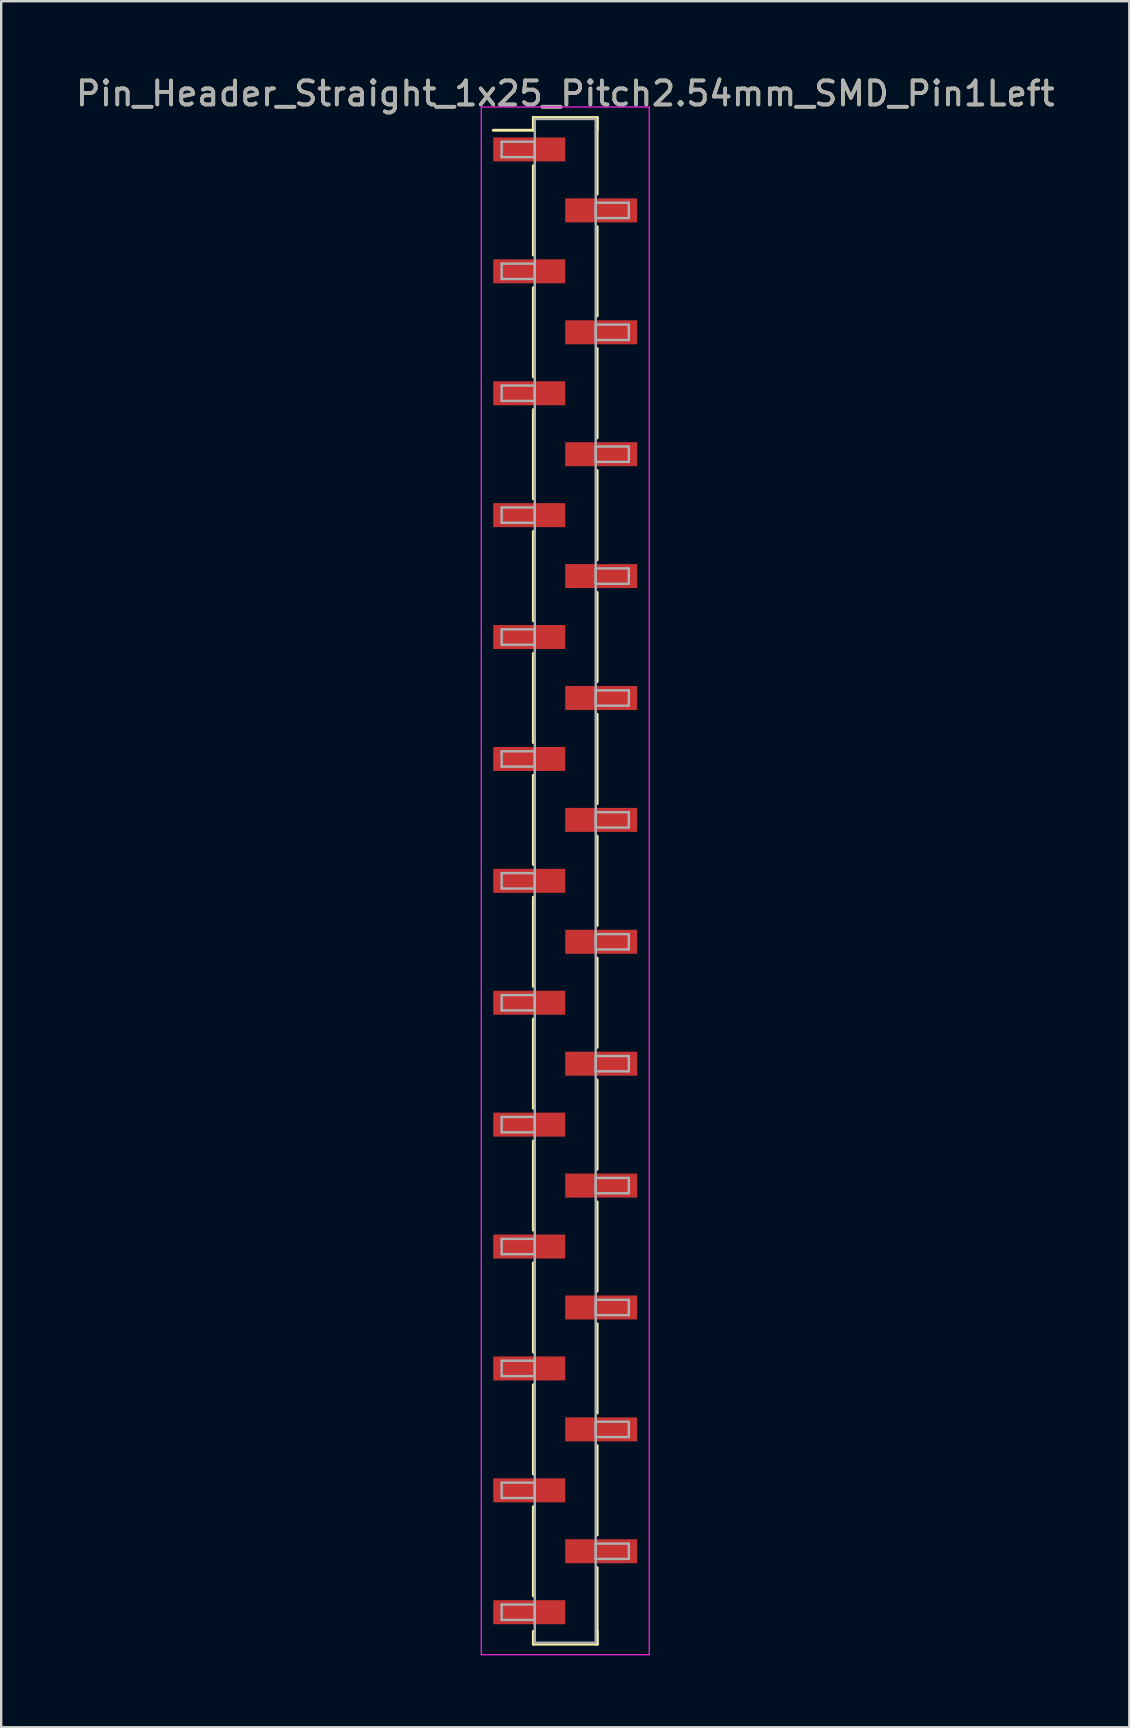
<source format=kicad_pcb>
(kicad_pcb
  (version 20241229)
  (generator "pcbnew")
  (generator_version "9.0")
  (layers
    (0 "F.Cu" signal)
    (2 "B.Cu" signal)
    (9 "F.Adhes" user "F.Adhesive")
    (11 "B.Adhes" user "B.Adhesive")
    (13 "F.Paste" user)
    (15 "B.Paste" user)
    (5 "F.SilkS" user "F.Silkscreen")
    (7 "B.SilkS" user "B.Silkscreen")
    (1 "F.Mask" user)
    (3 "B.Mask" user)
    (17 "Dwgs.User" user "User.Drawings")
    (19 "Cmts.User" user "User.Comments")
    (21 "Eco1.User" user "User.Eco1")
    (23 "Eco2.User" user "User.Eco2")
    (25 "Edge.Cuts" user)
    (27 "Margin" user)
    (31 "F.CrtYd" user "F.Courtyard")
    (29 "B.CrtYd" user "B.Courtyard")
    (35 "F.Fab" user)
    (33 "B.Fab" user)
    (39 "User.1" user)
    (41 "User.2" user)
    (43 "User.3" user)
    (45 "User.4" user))
  (footprint "Pin_Header_Straight_1x25_Pitch2.54mm_SMD_Pin1Left"
    (layer "F.Cu")
    (at 20.506 33.658)
    (property "Reference" "Pin_Header_Straight_1x25_Pitch2.54mm_SMD_Pin1Left" (at 0 -32.81 0) (layer "F.SilkS") (effects (font (size 1 1) (thickness 0.15))))
    (attr smd)
    (fp_line (start -1.33 -31.81) (end 1.33 -31.81) (stroke (width 0.12) (type solid)) (layer "F.SilkS"))
    (fp_line (start -1.33 -31.28) (end -3 -31.28) (stroke (width 0.12) (type solid)) (layer "F.SilkS"))
    (fp_line (start -1.33 -31.28) (end -1.33 -31.81) (stroke (width 0.12) (type solid)) (layer "F.SilkS"))
    (fp_line (start -1.33 -29.8) (end -1.33 -26.08) (stroke (width 0.12) (type solid)) (layer "F.SilkS"))
    (fp_line (start -1.33 -24.72) (end -1.33 -21) (stroke (width 0.12) (type solid)) (layer "F.SilkS"))
    (fp_line (start -1.33 -19.64) (end -1.33 -15.92) (stroke (width 0.12) (type solid)) (layer "F.SilkS"))
    (fp_line (start -1.33 -14.56) (end -1.33 -10.84) (stroke (width 0.12) (type solid)) (layer "F.SilkS"))
    (fp_line (start -1.33 -9.48) (end -1.33 -5.76) (stroke (width 0.12) (type solid)) (layer "F.SilkS"))
    (fp_line (start -1.33 -4.4) (end -1.33 -0.68) (stroke (width 0.12) (type solid)) (layer "F.SilkS"))
    (fp_line (start -1.33 0.68) (end -1.33 4.4) (stroke (width 0.12) (type solid)) (layer "F.SilkS"))
    (fp_line (start -1.33 5.76) (end -1.33 9.48) (stroke (width 0.12) (type solid)) (layer "F.SilkS"))
    (fp_line (start -1.33 10.84) (end -1.33 14.56) (stroke (width 0.12) (type solid)) (layer "F.SilkS"))
    (fp_line (start -1.33 15.92) (end -1.33 19.64) (stroke (width 0.12) (type solid)) (layer "F.SilkS"))
    (fp_line (start -1.33 21) (end -1.33 24.72) (stroke (width 0.12) (type solid)) (layer "F.SilkS"))
    (fp_line (start -1.33 26.08) (end -1.33 29.8) (stroke (width 0.12) (type solid)) (layer "F.SilkS"))
    (fp_line (start -1.33 31.28) (end -1.33 31.81) (stroke (width 0.12) (type solid)) (layer "F.SilkS"))
    (fp_line (start -1.33 31.81) (end 1.33 31.81) (stroke (width 0.12) (type solid)) (layer "F.SilkS"))
    (fp_line (start 1.33 -31.81) (end 1.33 -31.28) (stroke (width 0.12) (type solid)) (layer "F.SilkS"))
    (fp_line (start 1.33 -31.81) (end 1.33 -28.62) (stroke (width 0.12) (type solid)) (layer "F.SilkS"))
    (fp_line (start 1.33 -27.26) (end 1.33 -23.54) (stroke (width 0.12) (type solid)) (layer "F.SilkS"))
    (fp_line (start 1.33 -22.18) (end 1.33 -18.46) (stroke (width 0.12) (type solid)) (layer "F.SilkS"))
    (fp_line (start 1.33 -17.1) (end 1.33 -13.38) (stroke (width 0.12) (type solid)) (layer "F.SilkS"))
    (fp_line (start 1.33 -12.02) (end 1.33 -8.3) (stroke (width 0.12) (type solid)) (layer "F.SilkS"))
    (fp_line (start 1.33 -6.94) (end 1.33 -3.22) (stroke (width 0.12) (type solid)) (layer "F.SilkS"))
    (fp_line (start 1.33 -1.86) (end 1.33 1.86) (stroke (width 0.12) (type solid)) (layer "F.SilkS"))
    (fp_line (start 1.33 3.22) (end 1.33 6.94) (stroke (width 0.12) (type solid)) (layer "F.SilkS"))
    (fp_line (start 1.33 8.3) (end 1.33 12.02) (stroke (width 0.12) (type solid)) (layer "F.SilkS"))
    (fp_line (start 1.33 13.38) (end 1.33 17.1) (stroke (width 0.12) (type solid)) (layer "F.SilkS"))
    (fp_line (start 1.33 18.46) (end 1.33 22.18) (stroke (width 0.12) (type solid)) (layer "F.SilkS"))
    (fp_line (start 1.33 23.54) (end 1.33 27.26) (stroke (width 0.12) (type solid)) (layer "F.SilkS"))
    (fp_line (start 1.33 28.62) (end 1.33 31.81) (stroke (width 0.12) (type solid)) (layer "F.SilkS"))
    (fp_line (start 1.33 31.81) (end 1.33 31.28) (stroke (width 0.12) (type solid)) (layer "F.SilkS"))
    (fp_line (start -3.5 -32.25) (end -3.5 32.25) (stroke (width 0.05) (type solid)) (layer "F.CrtYd"))
    (fp_line (start -3.5 32.25) (end 3.5 32.25) (stroke (width 0.05) (type solid)) (layer "F.CrtYd"))
    (fp_line (start 3.5 -32.25) (end -3.5 -32.25) (stroke (width 0.05) (type solid)) (layer "F.CrtYd"))
    (fp_line (start 3.5 32.25) (end 3.5 -32.25) (stroke (width 0.05) (type solid)) (layer "F.CrtYd"))
    (fp_line (start -2.65 -30.8) (end -1.27 -30.8) (stroke (width 0.1) (type solid)) (layer "F.Fab"))
    (fp_line (start -2.65 -30.16) (end -2.65 -30.8) (stroke (width 0.1) (type solid)) (layer "F.Fab"))
    (fp_line (start -2.65 -25.72) (end -1.27 -25.72) (stroke (width 0.1) (type solid)) (layer "F.Fab"))
    (fp_line (start -2.65 -25.08) (end -2.65 -25.72) (stroke (width 0.1) (type solid)) (layer "F.Fab"))
    (fp_line (start -2.65 -20.64) (end -1.27 -20.64) (stroke (width 0.1) (type solid)) (layer "F.Fab"))
    (fp_line (start -2.65 -20) (end -2.65 -20.64) (stroke (width 0.1) (type solid)) (layer "F.Fab"))
    (fp_line (start -2.65 -15.56) (end -1.27 -15.56) (stroke (width 0.1) (type solid)) (layer "F.Fab"))
    (fp_line (start -2.65 -14.92) (end -2.65 -15.56) (stroke (width 0.1) (type solid)) (layer "F.Fab"))
    (fp_line (start -2.65 -10.48) (end -1.27 -10.48) (stroke (width 0.1) (type solid)) (layer "F.Fab"))
    (fp_line (start -2.65 -9.84) (end -2.65 -10.48) (stroke (width 0.1) (type solid)) (layer "F.Fab"))
    (fp_line (start -2.65 -5.4) (end -1.27 -5.4) (stroke (width 0.1) (type solid)) (layer "F.Fab"))
    (fp_line (start -2.65 -4.76) (end -2.65 -5.4) (stroke (width 0.1) (type solid)) (layer "F.Fab"))
    (fp_line (start -2.65 -0.32) (end -1.27 -0.32) (stroke (width 0.1) (type solid)) (layer "F.Fab"))
    (fp_line (start -2.65 0.32) (end -2.65 -0.32) (stroke (width 0.1) (type solid)) (layer "F.Fab"))
    (fp_line (start -2.65 4.76) (end -1.27 4.76) (stroke (width 0.1) (type solid)) (layer "F.Fab"))
    (fp_line (start -2.65 5.4) (end -2.65 4.76) (stroke (width 0.1) (type solid)) (layer "F.Fab"))
    (fp_line (start -2.65 9.84) (end -1.27 9.84) (stroke (width 0.1) (type solid)) (layer "F.Fab"))
    (fp_line (start -2.65 10.48) (end -2.65 9.84) (stroke (width 0.1) (type solid)) (layer "F.Fab"))
    (fp_line (start -2.65 14.92) (end -1.27 14.92) (stroke (width 0.1) (type solid)) (layer "F.Fab"))
    (fp_line (start -2.65 15.56) (end -2.65 14.92) (stroke (width 0.1) (type solid)) (layer "F.Fab"))
    (fp_line (start -2.65 20) (end -1.27 20) (stroke (width 0.1) (type solid)) (layer "F.Fab"))
    (fp_line (start -2.65 20.64) (end -2.65 20) (stroke (width 0.1) (type solid)) (layer "F.Fab"))
    (fp_line (start -2.65 25.08) (end -1.27 25.08) (stroke (width 0.1) (type solid)) (layer "F.Fab"))
    (fp_line (start -2.65 25.72) (end -2.65 25.08) (stroke (width 0.1) (type solid)) (layer "F.Fab"))
    (fp_line (start -2.65 30.16) (end -1.27 30.16) (stroke (width 0.1) (type solid)) (layer "F.Fab"))
    (fp_line (start -2.65 30.8) (end -2.65 30.16) (stroke (width 0.1) (type solid)) (layer "F.Fab"))
    (fp_line (start -1.27 -31.75) (end -1.27 31.75) (stroke (width 0.1) (type solid)) (layer "F.Fab"))
    (fp_line (start -1.27 -30.8) (end -1.27 -30.16) (stroke (width 0.1) (type solid)) (layer "F.Fab"))
    (fp_line (start -1.27 -30.16) (end -2.65 -30.16) (stroke (width 0.1) (type solid)) (layer "F.Fab"))
    (fp_line (start -1.27 -25.72) (end -1.27 -25.08) (stroke (width 0.1) (type solid)) (layer "F.Fab"))
    (fp_line (start -1.27 -25.08) (end -2.65 -25.08) (stroke (width 0.1) (type solid)) (layer "F.Fab"))
    (fp_line (start -1.27 -20.64) (end -1.27 -20) (stroke (width 0.1) (type solid)) (layer "F.Fab"))
    (fp_line (start -1.27 -20) (end -2.65 -20) (stroke (width 0.1) (type solid)) (layer "F.Fab"))
    (fp_line (start -1.27 -15.56) (end -1.27 -14.92) (stroke (width 0.1) (type solid)) (layer "F.Fab"))
    (fp_line (start -1.27 -14.92) (end -2.65 -14.92) (stroke (width 0.1) (type solid)) (layer "F.Fab"))
    (fp_line (start -1.27 -10.48) (end -1.27 -9.84) (stroke (width 0.1) (type solid)) (layer "F.Fab"))
    (fp_line (start -1.27 -9.84) (end -2.65 -9.84) (stroke (width 0.1) (type solid)) (layer "F.Fab"))
    (fp_line (start -1.27 -5.4) (end -1.27 -4.76) (stroke (width 0.1) (type solid)) (layer "F.Fab"))
    (fp_line (start -1.27 -4.76) (end -2.65 -4.76) (stroke (width 0.1) (type solid)) (layer "F.Fab"))
    (fp_line (start -1.27 -0.32) (end -1.27 0.32) (stroke (width 0.1) (type solid)) (layer "F.Fab"))
    (fp_line (start -1.27 0.32) (end -2.65 0.32) (stroke (width 0.1) (type solid)) (layer "F.Fab"))
    (fp_line (start -1.27 4.76) (end -1.27 5.4) (stroke (width 0.1) (type solid)) (layer "F.Fab"))
    (fp_line (start -1.27 5.4) (end -2.65 5.4) (stroke (width 0.1) (type solid)) (layer "F.Fab"))
    (fp_line (start -1.27 9.84) (end -1.27 10.48) (stroke (width 0.1) (type solid)) (layer "F.Fab"))
    (fp_line (start -1.27 10.48) (end -2.65 10.48) (stroke (width 0.1) (type solid)) (layer "F.Fab"))
    (fp_line (start -1.27 14.92) (end -1.27 15.56) (stroke (width 0.1) (type solid)) (layer "F.Fab"))
    (fp_line (start -1.27 15.56) (end -2.65 15.56) (stroke (width 0.1) (type solid)) (layer "F.Fab"))
    (fp_line (start -1.27 20) (end -1.27 20.64) (stroke (width 0.1) (type solid)) (layer "F.Fab"))
    (fp_line (start -1.27 20.64) (end -2.65 20.64) (stroke (width 0.1) (type solid)) (layer "F.Fab"))
    (fp_line (start -1.27 25.08) (end -1.27 25.72) (stroke (width 0.1) (type solid)) (layer "F.Fab"))
    (fp_line (start -1.27 25.72) (end -2.65 25.72) (stroke (width 0.1) (type solid)) (layer "F.Fab"))
    (fp_line (start -1.27 30.16) (end -1.27 30.8) (stroke (width 0.1) (type solid)) (layer "F.Fab"))
    (fp_line (start -1.27 30.8) (end -2.65 30.8) (stroke (width 0.1) (type solid)) (layer "F.Fab"))
    (fp_line (start -1.27 31.75) (end 1.27 31.75) (stroke (width 0.1) (type solid)) (layer "F.Fab"))
    (fp_line (start 1.27 -31.75) (end -1.27 -31.75) (stroke (width 0.1) (type solid)) (layer "F.Fab"))
    (fp_line (start 1.27 -28.26) (end 1.27 -27.62) (stroke (width 0.1) (type solid)) (layer "F.Fab"))
    (fp_line (start 1.27 -27.62) (end 2.65 -27.62) (stroke (width 0.1) (type solid)) (layer "F.Fab"))
    (fp_line (start 1.27 -23.18) (end 1.27 -22.54) (stroke (width 0.1) (type solid)) (layer "F.Fab"))
    (fp_line (start 1.27 -22.54) (end 2.65 -22.54) (stroke (width 0.1) (type solid)) (layer "F.Fab"))
    (fp_line (start 1.27 -18.1) (end 1.27 -17.46) (stroke (width 0.1) (type solid)) (layer "F.Fab"))
    (fp_line (start 1.27 -17.46) (end 2.65 -17.46) (stroke (width 0.1) (type solid)) (layer "F.Fab"))
    (fp_line (start 1.27 -13.02) (end 1.27 -12.38) (stroke (width 0.1) (type solid)) (layer "F.Fab"))
    (fp_line (start 1.27 -12.38) (end 2.65 -12.38) (stroke (width 0.1) (type solid)) (layer "F.Fab"))
    (fp_line (start 1.27 -7.94) (end 1.27 -7.3) (stroke (width 0.1) (type solid)) (layer "F.Fab"))
    (fp_line (start 1.27 -7.3) (end 2.65 -7.3) (stroke (width 0.1) (type solid)) (layer "F.Fab"))
    (fp_line (start 1.27 -2.86) (end 1.27 -2.22) (stroke (width 0.1) (type solid)) (layer "F.Fab"))
    (fp_line (start 1.27 -2.22) (end 2.65 -2.22) (stroke (width 0.1) (type solid)) (layer "F.Fab"))
    (fp_line (start 1.27 2.22) (end 1.27 2.86) (stroke (width 0.1) (type solid)) (layer "F.Fab"))
    (fp_line (start 1.27 2.86) (end 2.65 2.86) (stroke (width 0.1) (type solid)) (layer "F.Fab"))
    (fp_line (start 1.27 7.3) (end 1.27 7.94) (stroke (width 0.1) (type solid)) (layer "F.Fab"))
    (fp_line (start 1.27 7.94) (end 2.65 7.94) (stroke (width 0.1) (type solid)) (layer "F.Fab"))
    (fp_line (start 1.27 12.38) (end 1.27 13.02) (stroke (width 0.1) (type solid)) (layer "F.Fab"))
    (fp_line (start 1.27 13.02) (end 2.65 13.02) (stroke (width 0.1) (type solid)) (layer "F.Fab"))
    (fp_line (start 1.27 17.46) (end 1.27 18.1) (stroke (width 0.1) (type solid)) (layer "F.Fab"))
    (fp_line (start 1.27 18.1) (end 2.65 18.1) (stroke (width 0.1) (type solid)) (layer "F.Fab"))
    (fp_line (start 1.27 22.54) (end 1.27 23.18) (stroke (width 0.1) (type solid)) (layer "F.Fab"))
    (fp_line (start 1.27 23.18) (end 2.65 23.18) (stroke (width 0.1) (type solid)) (layer "F.Fab"))
    (fp_line (start 1.27 27.62) (end 1.27 28.26) (stroke (width 0.1) (type solid)) (layer "F.Fab"))
    (fp_line (start 1.27 28.26) (end 2.65 28.26) (stroke (width 0.1) (type solid)) (layer "F.Fab"))
    (fp_line (start 1.27 31.75) (end 1.27 -31.75) (stroke (width 0.1) (type solid)) (layer "F.Fab"))
    (fp_line (start 2.65 -28.26) (end 1.27 -28.26) (stroke (width 0.1) (type solid)) (layer "F.Fab"))
    (fp_line (start 2.65 -27.62) (end 2.65 -28.26) (stroke (width 0.1) (type solid)) (layer "F.Fab"))
    (fp_line (start 2.65 -23.18) (end 1.27 -23.18) (stroke (width 0.1) (type solid)) (layer "F.Fab"))
    (fp_line (start 2.65 -22.54) (end 2.65 -23.18) (stroke (width 0.1) (type solid)) (layer "F.Fab"))
    (fp_line (start 2.65 -18.1) (end 1.27 -18.1) (stroke (width 0.1) (type solid)) (layer "F.Fab"))
    (fp_line (start 2.65 -17.46) (end 2.65 -18.1) (stroke (width 0.1) (type solid)) (layer "F.Fab"))
    (fp_line (start 2.65 -13.02) (end 1.27 -13.02) (stroke (width 0.1) (type solid)) (layer "F.Fab"))
    (fp_line (start 2.65 -12.38) (end 2.65 -13.02) (stroke (width 0.1) (type solid)) (layer "F.Fab"))
    (fp_line (start 2.65 -7.94) (end 1.27 -7.94) (stroke (width 0.1) (type solid)) (layer "F.Fab"))
    (fp_line (start 2.65 -7.3) (end 2.65 -7.94) (stroke (width 0.1) (type solid)) (layer "F.Fab"))
    (fp_line (start 2.65 -2.86) (end 1.27 -2.86) (stroke (width 0.1) (type solid)) (layer "F.Fab"))
    (fp_line (start 2.65 -2.22) (end 2.65 -2.86) (stroke (width 0.1) (type solid)) (layer "F.Fab"))
    (fp_line (start 2.65 2.22) (end 1.27 2.22) (stroke (width 0.1) (type solid)) (layer "F.Fab"))
    (fp_line (start 2.65 2.86) (end 2.65 2.22) (stroke (width 0.1) (type solid)) (layer "F.Fab"))
    (fp_line (start 2.65 7.3) (end 1.27 7.3) (stroke (width 0.1) (type solid)) (layer "F.Fab"))
    (fp_line (start 2.65 7.94) (end 2.65 7.3) (stroke (width 0.1) (type solid)) (layer "F.Fab"))
    (fp_line (start 2.65 12.38) (end 1.27 12.38) (stroke (width 0.1) (type solid)) (layer "F.Fab"))
    (fp_line (start 2.65 13.02) (end 2.65 12.38) (stroke (width 0.1) (type solid)) (layer "F.Fab"))
    (fp_line (start 2.65 17.46) (end 1.27 17.46) (stroke (width 0.1) (type solid)) (layer "F.Fab"))
    (fp_line (start 2.65 18.1) (end 2.65 17.46) (stroke (width 0.1) (type solid)) (layer "F.Fab"))
    (fp_line (start 2.65 22.54) (end 1.27 22.54) (stroke (width 0.1) (type solid)) (layer "F.Fab"))
    (fp_line (start 2.65 23.18) (end 2.65 22.54) (stroke (width 0.1) (type solid)) (layer "F.Fab"))
    (fp_line (start 2.65 27.62) (end 1.27 27.62) (stroke (width 0.1) (type solid)) (layer "F.Fab"))
    (fp_line (start 2.65 28.26) (end 2.65 27.62) (stroke (width 0.1) (type solid)) (layer "F.Fab"))
    (fp_text user "${REFERENCE}" (at 0 -32.81 0) (layer "F.Fab") (effects (font (size 1 1) (thickness 0.15))))
    (pad "1" smd rect (at -1.5 -30.48) (size 3 1) (layers "F.Cu" "F.Mask" "F.Paste"))
    (pad "2" smd rect (at 1.5 -27.94) (size 3 1) (layers "F.Cu" "F.Mask" "F.Paste"))
    (pad "3" smd rect (at -1.5 -25.4) (size 3 1) (layers "F.Cu" "F.Mask" "F.Paste"))
    (pad "4" smd rect (at 1.5 -22.86) (size 3 1) (layers "F.Cu" "F.Mask" "F.Paste"))
    (pad "5" smd rect (at -1.5 -20.32) (size 3 1) (layers "F.Cu" "F.Mask" "F.Paste"))
    (pad "6" smd rect (at 1.5 -17.78) (size 3 1) (layers "F.Cu" "F.Mask" "F.Paste"))
    (pad "7" smd rect (at -1.5 -15.24) (size 3 1) (layers "F.Cu" "F.Mask" "F.Paste"))
    (pad "8" smd rect (at 1.5 -12.7) (size 3 1) (layers "F.Cu" "F.Mask" "F.Paste"))
    (pad "9" smd rect (at -1.5 -10.16) (size 3 1) (layers "F.Cu" "F.Mask" "F.Paste"))
    (pad "10" smd rect (at 1.5 -7.62) (size 3 1) (layers "F.Cu" "F.Mask" "F.Paste"))
    (pad "11" smd rect (at -1.5 -5.08) (size 3 1) (layers "F.Cu" "F.Mask" "F.Paste"))
    (pad "12" smd rect (at 1.5 -2.54) (size 3 1) (layers "F.Cu" "F.Mask" "F.Paste"))
    (pad "13" smd rect (at -1.5 0) (size 3 1) (layers "F.Cu" "F.Mask" "F.Paste"))
    (pad "14" smd rect (at 1.5 2.54) (size 3 1) (layers "F.Cu" "F.Mask" "F.Paste"))
    (pad "15" smd rect (at -1.5 5.08) (size 3 1) (layers "F.Cu" "F.Mask" "F.Paste"))
    (pad "16" smd rect (at 1.5 7.62) (size 3 1) (layers "F.Cu" "F.Mask" "F.Paste"))
    (pad "17" smd rect (at -1.5 10.16) (size 3 1) (layers "F.Cu" "F.Mask" "F.Paste"))
    (pad "18" smd rect (at 1.5 12.7) (size 3 1) (layers "F.Cu" "F.Mask" "F.Paste"))
    (pad "19" smd rect (at -1.5 15.24) (size 3 1) (layers "F.Cu" "F.Mask" "F.Paste"))
    (pad "20" smd rect (at 1.5 17.78) (size 3 1) (layers "F.Cu" "F.Mask" "F.Paste"))
    (pad "21" smd rect (at -1.5 20.32) (size 3 1) (layers "F.Cu" "F.Mask" "F.Paste"))
    (pad "22" smd rect (at 1.5 22.86) (size 3 1) (layers "F.Cu" "F.Mask" "F.Paste"))
    (pad "23" smd rect (at -1.5 25.4) (size 3 1) (layers "F.Cu" "F.Mask" "F.Paste"))
    (pad "24" smd rect (at 1.5 27.94) (size 3 1) (layers "F.Cu" "F.Mask" "F.Paste"))
    (pad "25" smd rect (at -1.5 30.48) (size 3 1) (layers "F.Cu" "F.Mask" "F.Paste")))
  (gr_rect
    (start -3 -3)
    (end 44.012 68.933)
    (stroke (width 0.1) (type default))
    (fill no)
    (layer "Edge.Cuts")))
</source>
